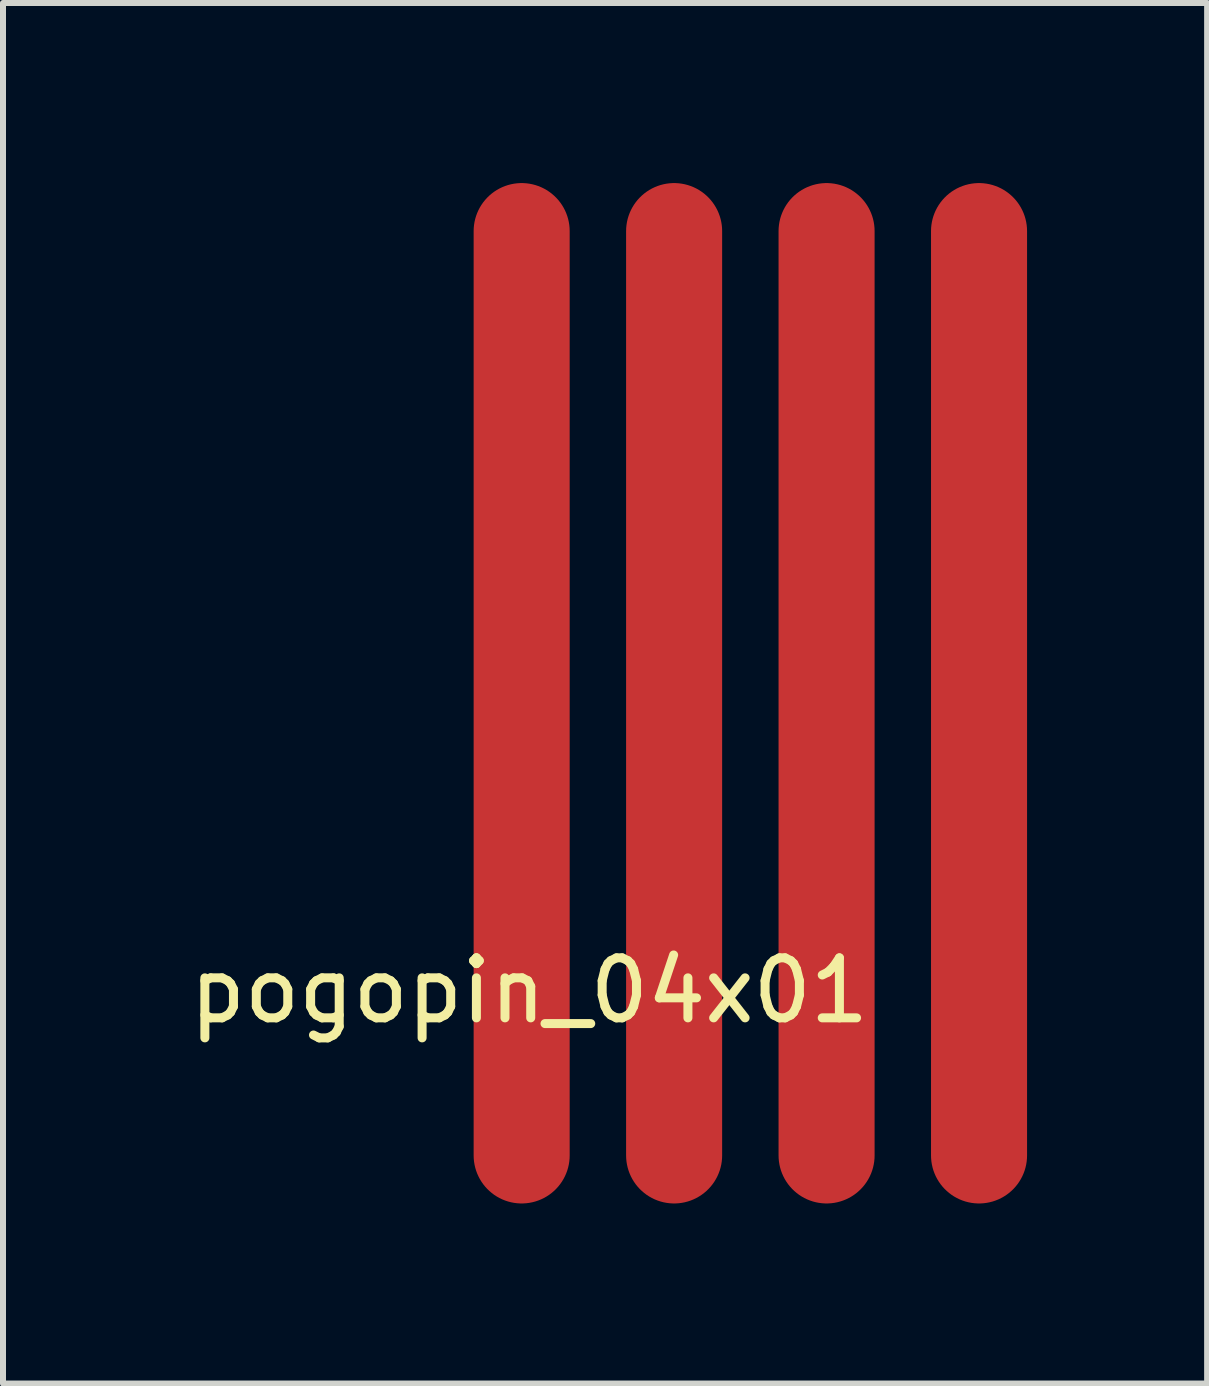
<source format=kicad_pcb>
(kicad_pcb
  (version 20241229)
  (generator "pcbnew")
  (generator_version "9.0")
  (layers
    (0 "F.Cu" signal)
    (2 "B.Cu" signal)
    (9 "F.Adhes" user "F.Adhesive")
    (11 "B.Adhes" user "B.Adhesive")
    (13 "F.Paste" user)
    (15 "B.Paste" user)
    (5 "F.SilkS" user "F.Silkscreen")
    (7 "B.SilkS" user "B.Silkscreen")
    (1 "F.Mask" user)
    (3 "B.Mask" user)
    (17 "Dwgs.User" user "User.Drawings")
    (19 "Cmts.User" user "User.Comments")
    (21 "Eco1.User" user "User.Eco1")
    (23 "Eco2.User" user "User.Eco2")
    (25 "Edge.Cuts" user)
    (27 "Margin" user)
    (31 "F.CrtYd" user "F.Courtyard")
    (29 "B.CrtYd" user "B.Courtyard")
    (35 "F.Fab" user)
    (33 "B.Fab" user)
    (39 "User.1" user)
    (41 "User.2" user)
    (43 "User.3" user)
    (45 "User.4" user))
  (footprint "pogopin_04x01"
    (layer "F.Cu")
    (at 5.641 8.5)
    (property "Reference" "pogopin_04x01" (at 0.127 4.953 0) (layer "F.SilkS") (effects (font (size 1 1) (thickness 0.15))))
    (attr through_hole)
    (pad "1" smd oval (at 0 0) (size 1.6 17) (layers "F.Cu" "F.Mask" "F.Paste"))
    (pad "2" smd oval (at 2.54 0) (size 1.6 17) (layers "F.Cu" "F.Mask" "F.Paste"))
    (pad "3" smd oval (at 5.08 0) (size 1.6 17) (layers "F.Cu" "F.Mask" "F.Paste"))
    (pad "4" smd oval (at 7.62 0) (size 1.6 17) (layers "F.Cu" "F.Mask" "F.Paste")))
  (gr_rect
    (start -3 -3)
    (end 17.061 20)
    (stroke (width 0.1) (type default))
    (fill no)
    (layer "Edge.Cuts")))
</source>
